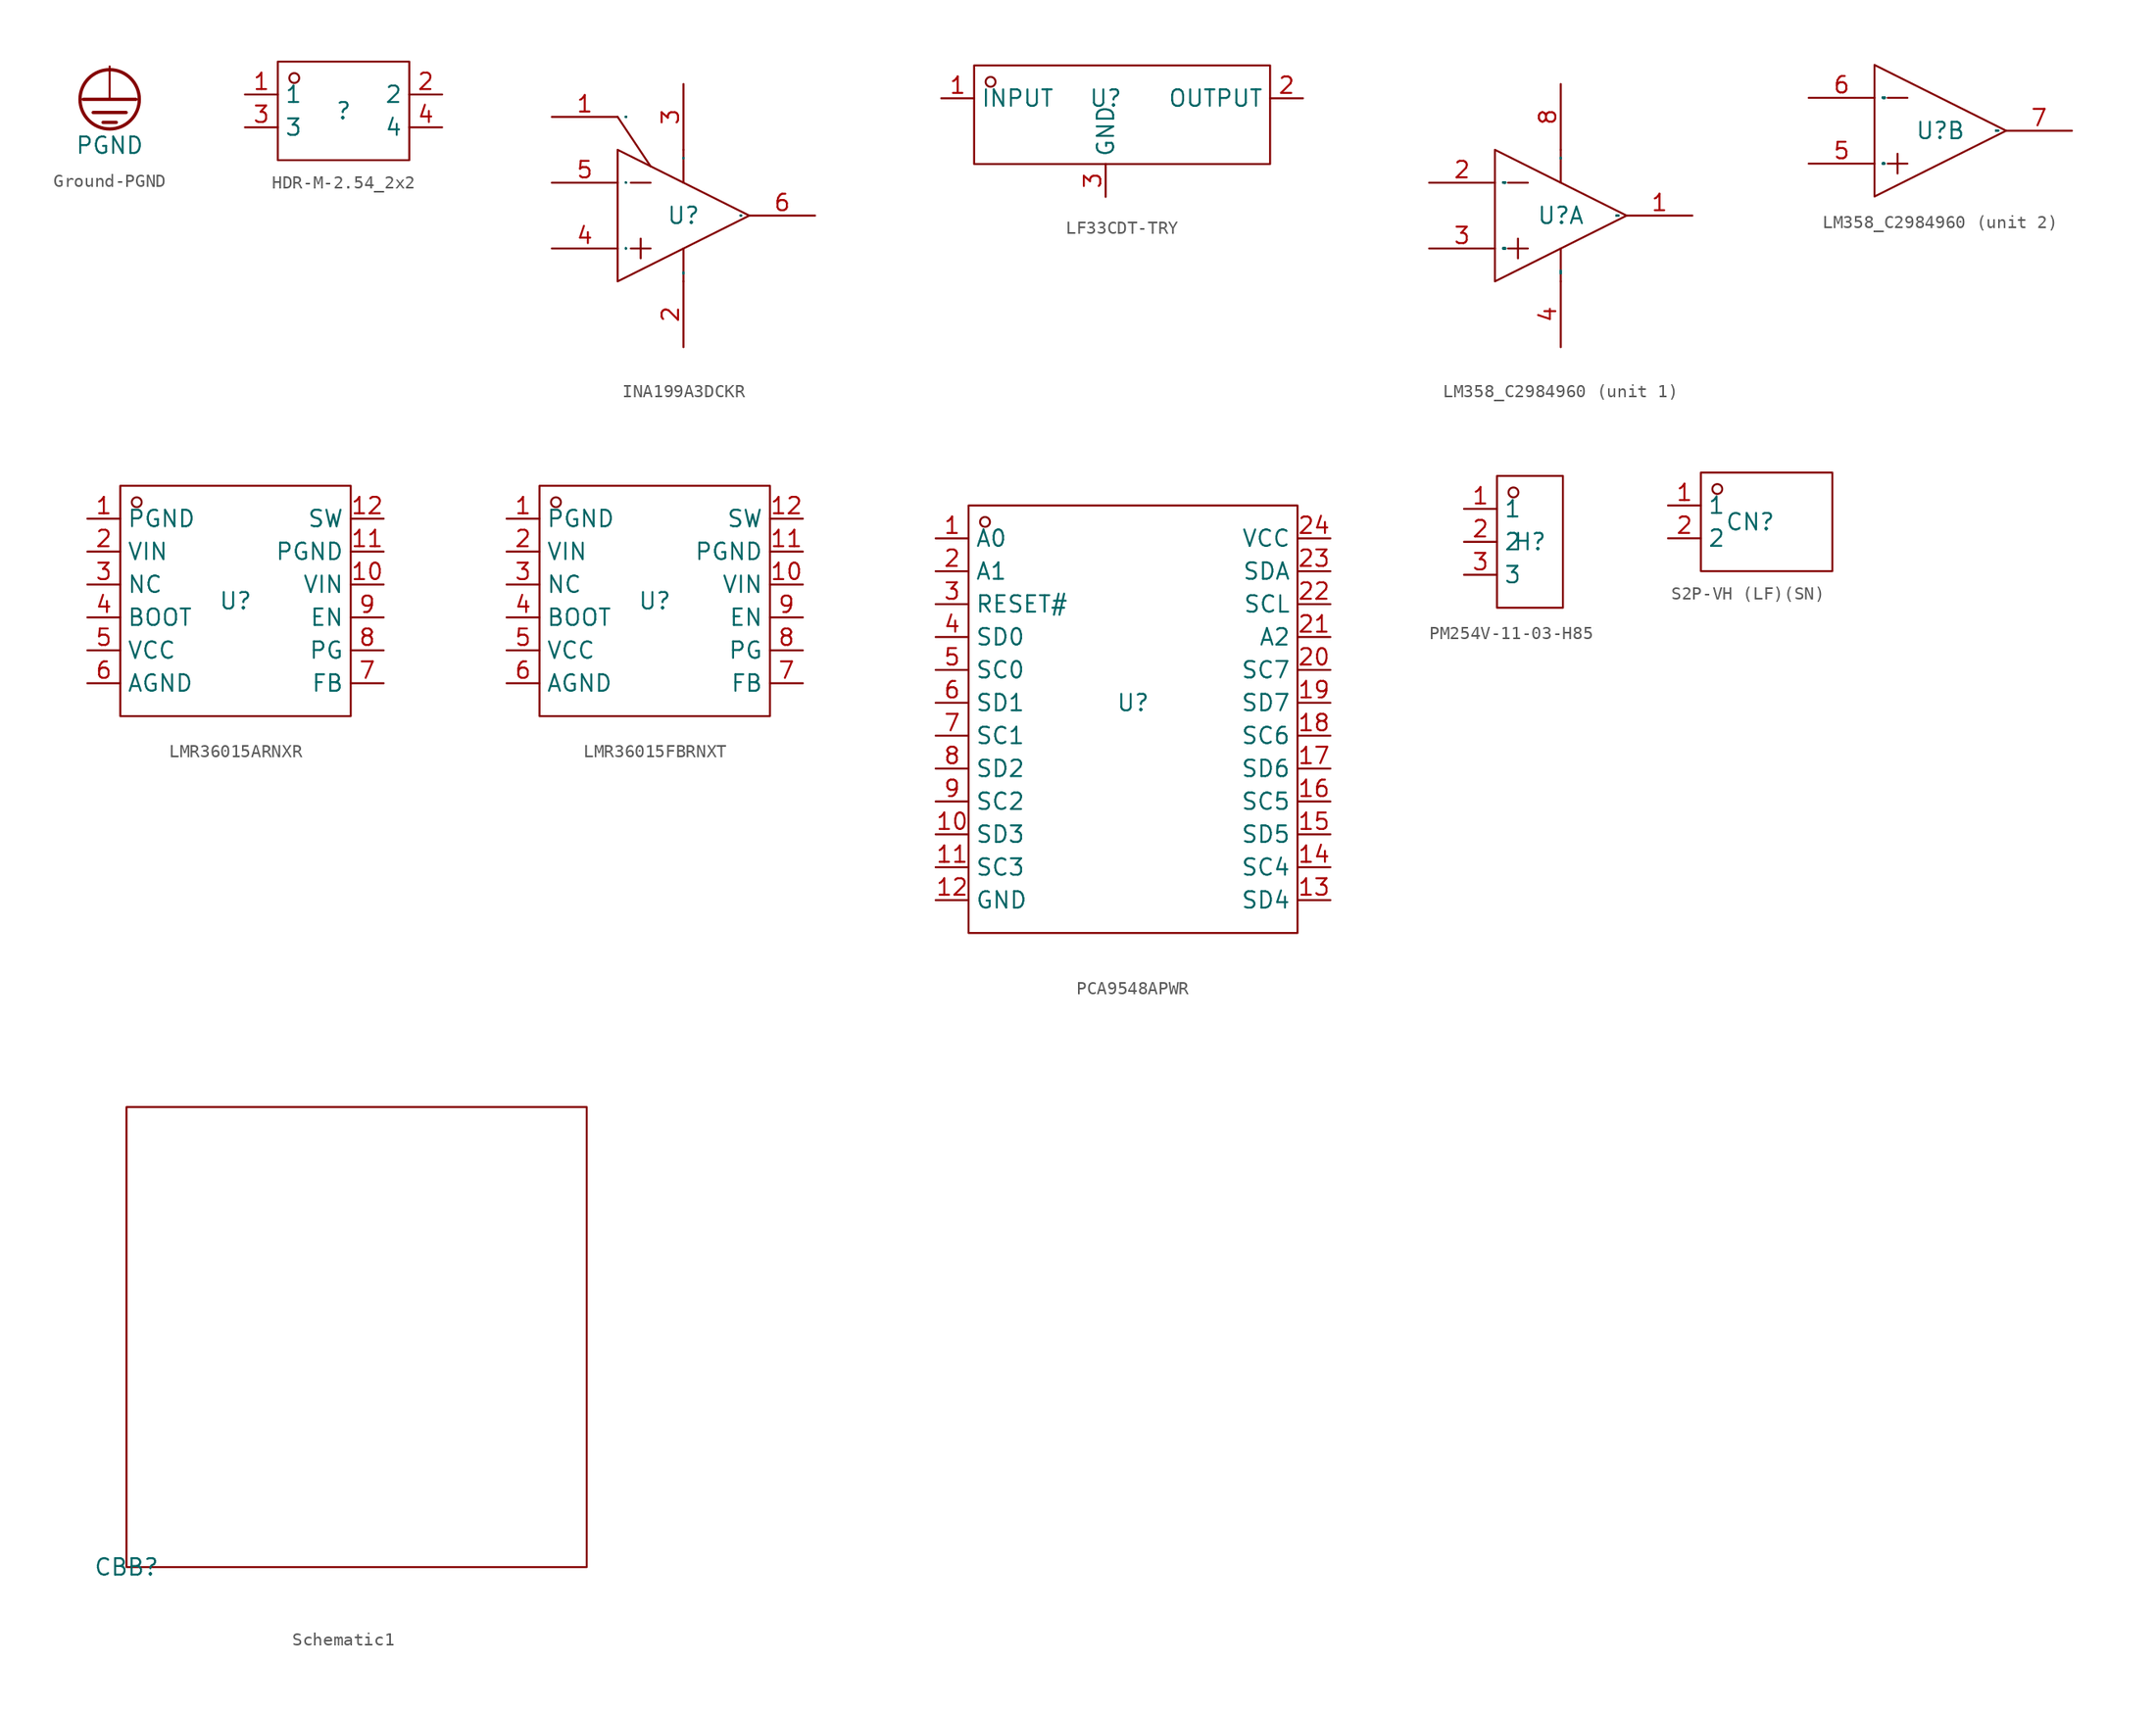
<source format=kicad_sym>
(kicad_symbol_lib
  (version 20231120)
  (generator "kicad_symbol_editor")
  (generator_version "8.0")
  (symbol "Ground-PGND"
    (power)
    (pin_numbers hide)
    (pin_names hide)
    (property "Reference" "#PWR"
      (at 0 0 0)
      (effects (font (size 1.27 1.27)) (hide yes)))
    (property "Value" "PGND"
      (at 0 -6.096 0)
      (effects (font (size 1.27 1.27))))
    (symbol "Ground-PGND_1_0"
      (circle (center 0 -2.54) (radius 2.286) (stroke (width 0.254) (type solid)) (fill (type none)))
      (polyline (pts (xy -2.032 -2.54) (xy 2.032 -2.54)) (stroke (width 0.254) (type default)) (fill (type none)))
      (polyline (pts (xy -1.27 -3.556) (xy 1.27 -3.556)) (stroke (width 0.254) (type default)) (fill (type none)))
      (polyline (pts (xy -0.508 -4.318) (xy 0.508 -4.318)) (stroke (width 0.254) (type default)) (fill (type none)))
      (pin power_in line (at 0 0 270) (length 2.54) (name "" (effects (font (size 1.27 1.27)))) (number "1" (effects (font (size 0.025 0.025)))))))
  (symbol "HDR-M-2.54_2x2"
    (property "Reference" ""
      (at 0 0 0)
      (effects (font (size 1.27 1.27))))
    (property "Value" ""
      (at 0 0 0)
      (effects (font (size 1.27 1.27))))
    (symbol "HDR-M-2.54_2x2_1_0"
      (rectangle (start -5.08 3.81) (end 5.08 -3.81) (stroke (width 0) (type default)) (fill (type none)))
      (circle (center -3.81 2.54) (radius 0.381) (stroke (width 0) (type default)) (fill (type none)))
      (pin input line (at -7.62 1.27 0) (length 2.54) (name "1" (effects (font (size 1.27 1.27)))) (number "1" (effects (font (size 1.27 1.27)))))
      (pin input line (at 7.62 1.27 180) (length 2.54) (name "2" (effects (font (size 1.27 1.27)))) (number "2" (effects (font (size 1.27 1.27)))))
      (pin input line (at -7.62 -1.27 0) (length 2.54) (name "3" (effects (font (size 1.27 1.27)))) (number "3" (effects (font (size 1.27 1.27)))))
      (pin input line (at 7.62 -1.27 180) (length 2.54) (name "4" (effects (font (size 1.27 1.27)))) (number "4" (effects (font (size 1.27 1.27)))))))
  (symbol "INA199A3DCKR"
    (property "Reference" "U"
      (at 0 0 0)
      (effects (font (size 1.27 1.27))))
    (property "Value" ""
      (at 0 0 0)
      (effects (font (size 1.27 1.27))))
    (symbol "INA199A3DCKR_1_0"
      (polyline (pts (xy -5.08 7.62) (xy -2.54 3.81)) (stroke (width 0) (type default)) (fill (type none)))
      (polyline (pts (xy -4.064 -2.54) (xy -2.54 -2.54)) (stroke (width 0) (type default)) (fill (type none)))
      (polyline (pts (xy -4.064 2.54) (xy -2.54 2.54)) (stroke (width 0) (type default)) (fill (type none)))
      (polyline (pts (xy -3.302 -1.778) (xy -3.302 -3.302)) (stroke (width 0) (type default)) (fill (type none)))
      (polyline (pts (xy 0 -2.54) (xy 0 -5.08)) (stroke (width 0) (type default)) (fill (type none)))
      (polyline (pts (xy 0 5.08) (xy 0 2.54)) (stroke (width 0) (type default)) (fill (type none)))
      (polyline (pts (xy -5.08 -5.08) (xy 5.08 0) (xy 5.08 0) (xy -5.08 5.08) (xy -5.08 5.08) (xy -5.08 -5.08)) (stroke (width 0) (type default)) (fill (type none)))
      (pin unspecified line (at -10.16 7.62 0) (length 5.08) (name "REF" (effects (font (size 0.025 0.025)))) (number "1" (effects (font (size 1.27 1.27)))))
      (pin unspecified line (at 0 -10.16 90) (length 5.08) (name "GND" (effects (font (size 0.025 0.025)))) (number "2" (effects (font (size 1.27 1.27)))))
      (pin unspecified line (at 0 10.16 270) (length 5.08) (name "V+" (effects (font (size 0.025 0.025)))) (number "3" (effects (font (size 1.27 1.27)))))
      (pin unspecified line (at -10.16 -2.54 0) (length 5.08) (name "IN+" (effects (font (size 0.025 0.025)))) (number "4" (effects (font (size 1.27 1.27)))))
      (pin unspecified line (at -10.16 2.54 0) (length 5.08) (name "IN-" (effects (font (size 0.025 0.025)))) (number "5" (effects (font (size 1.27 1.27)))))
      (pin output line (at 10.16 0 180) (length 5.08) (name "OUT" (effects (font (size 0.025 0.025)))) (number "6" (effects (font (size 1.27 1.27)))))))
  (symbol "LF33CDT-TRY"
    (property "Reference" "U"
      (at 0 0 0)
      (effects (font (size 1.27 1.27))))
    (property "Value" ""
      (at 0 0 0)
      (effects (font (size 1.27 1.27))))
    (symbol "LF33CDT-TRY_1_0"
      (rectangle (start -10.16 -5.08) (end 12.7 2.54) (stroke (width 0) (type default)) (fill (type none)))
      (circle (center -8.89 1.27) (radius 0.381) (stroke (width 0) (type default)) (fill (type none)))
      (pin input line (at -12.7 0 0) (length 2.54) (name "INPUT" (effects (font (size 1.27 1.27)))) (number "1" (effects (font (size 1.27 1.27)))))
      (pin input line (at 15.24 0 180) (length 2.54) (name "OUTPUT" (effects (font (size 1.27 1.27)))) (number "2" (effects (font (size 1.27 1.27)))))
      (pin input line (at 0 -7.62 90) (length 2.54) (name "GND" (effects (font (size 1.27 1.27)))) (number "3" (effects (font (size 1.27 1.27)))))))
  (symbol "LM358_C2984960"
    (property "Reference" "U"
      (at 0 0 0)
      (effects (font (size 1.27 1.27))))
    (property "Value" ""
      (at 0 0 0)
      (effects (font (size 1.27 1.27))))
    (symbol "LM358_C2984960_1_0"
      (polyline (pts (xy -4.064 -2.54) (xy -2.54 -2.54)) (stroke (width 0) (type default)) (fill (type none)))
      (polyline (pts (xy -4.064 2.54) (xy -2.54 2.54)) (stroke (width 0) (type default)) (fill (type none)))
      (polyline (pts (xy -3.302 -1.778) (xy -3.302 -3.302)) (stroke (width 0) (type default)) (fill (type none)))
      (polyline (pts (xy 0 -2.54) (xy 0 -5.08)) (stroke (width 0) (type default)) (fill (type none)))
      (polyline (pts (xy 0 5.08) (xy 0 2.54)) (stroke (width 0) (type default)) (fill (type none)))
      (polyline (pts (xy -5.08 -5.08) (xy 5.08 0) (xy 5.08 0) (xy -5.08 5.08) (xy -5.08 5.08) (xy -5.08 -5.08)) (stroke (width 0) (type default)) (fill (type none)))
      (pin output line (at 10.16 0 180) (length 5.08) (name "OUTPUT_1" (effects (font (size 0.025 0.025)))) (number "1" (effects (font (size 1.27 1.27)))))
      (pin unspecified line (at -10.16 2.54 0) (length 5.08) (name "INPUT1(-)" (effects (font (size 0.025 0.025)))) (number "2" (effects (font (size 1.27 1.27)))))
      (pin unspecified line (at -10.16 -2.54 0) (length 5.08) (name "INPUT1(+)" (effects (font (size 0.025 0.025)))) (number "3" (effects (font (size 1.27 1.27)))))
      (pin unspecified line (at 0 -10.16 90) (length 5.08) (name "VEE_/_GND" (effects (font (size 0.025 0.025)))) (number "4" (effects (font (size 1.27 1.27)))))
      (pin unspecified line (at 0 10.16 270) (length 5.08) (name "Vcc" (effects (font (size 0.025 0.025)))) (number "8" (effects (font (size 1.27 1.27))))))
    (symbol "LM358_C2984960_2_0"
      (polyline (pts (xy -4.064 -2.54) (xy -2.54 -2.54)) (stroke (width 0) (type default)) (fill (type none)))
      (polyline (pts (xy -4.064 2.54) (xy -2.54 2.54)) (stroke (width 0) (type default)) (fill (type none)))
      (polyline (pts (xy -3.302 -1.778) (xy -3.302 -3.302)) (stroke (width 0) (type default)) (fill (type none)))
      (polyline (pts (xy -5.08 -5.08) (xy 5.08 0) (xy 5.08 0) (xy -5.08 5.08) (xy -5.08 5.08) (xy -5.08 -5.08)) (stroke (width 0) (type default)) (fill (type none)))
      (pin unspecified line (at -10.16 -2.54 0) (length 5.08) (name "INPUT2(+" (effects (font (size 0.025 0.025)))) (number "5" (effects (font (size 1.27 1.27)))))
      (pin unspecified line (at -10.16 2.54 0) (length 5.08) (name "INPUT2(-)" (effects (font (size 0.025 0.025)))) (number "6" (effects (font (size 1.27 1.27)))))
      (pin output line (at 10.16 0 180) (length 5.08) (name "OUTPUT2" (effects (font (size 0.025 0.025)))) (number "7" (effects (font (size 1.27 1.27)))))))
  (symbol "LMR36015ARNXR"
    (property "Reference" "U"
      (at 0 0 0)
      (effects (font (size 1.27 1.27))))
    (property "Value" ""
      (at 0 0 0)
      (effects (font (size 1.27 1.27))))
    (symbol "LMR36015ARNXR_1_0"
      (rectangle (start -8.89 -8.89) (end 8.89 8.89) (stroke (width 0) (type default)) (fill (type none)))
      (circle (center -7.62 7.62) (radius 0.381) (stroke (width 0) (type default)) (fill (type none)))
      (pin unspecified line (at -11.43 6.35 0) (length 2.54) (name "PGND" (effects (font (size 1.27 1.27)))) (number "1" (effects (font (size 1.27 1.27)))))
      (pin unspecified line (at 11.43 1.27 180) (length 2.54) (name "VIN" (effects (font (size 1.27 1.27)))) (number "10" (effects (font (size 1.27 1.27)))))
      (pin unspecified line (at 11.43 3.81 180) (length 2.54) (name "PGND" (effects (font (size 1.27 1.27)))) (number "11" (effects (font (size 1.27 1.27)))))
      (pin unspecified line (at 11.43 6.35 180) (length 2.54) (name "SW" (effects (font (size 1.27 1.27)))) (number "12" (effects (font (size 1.27 1.27)))))
      (pin unspecified line (at -11.43 3.81 0) (length 2.54) (name "VIN" (effects (font (size 1.27 1.27)))) (number "2" (effects (font (size 1.27 1.27)))))
      (pin unspecified line (at -11.43 1.27 0) (length 2.54) (name "NC" (effects (font (size 1.27 1.27)))) (number "3" (effects (font (size 1.27 1.27)))))
      (pin unspecified line (at -11.43 -1.27 0) (length 2.54) (name "BOOT" (effects (font (size 1.27 1.27)))) (number "4" (effects (font (size 1.27 1.27)))))
      (pin unspecified line (at -11.43 -3.81 0) (length 2.54) (name "VCC" (effects (font (size 1.27 1.27)))) (number "5" (effects (font (size 1.27 1.27)))))
      (pin unspecified line (at -11.43 -6.35 0) (length 2.54) (name "AGND" (effects (font (size 1.27 1.27)))) (number "6" (effects (font (size 1.27 1.27)))))
      (pin unspecified line (at 11.43 -6.35 180) (length 2.54) (name "FB" (effects (font (size 1.27 1.27)))) (number "7" (effects (font (size 1.27 1.27)))))
      (pin unspecified line (at 11.43 -3.81 180) (length 2.54) (name "PG" (effects (font (size 1.27 1.27)))) (number "8" (effects (font (size 1.27 1.27)))))
      (pin unspecified line (at 11.43 -1.27 180) (length 2.54) (name "EN" (effects (font (size 1.27 1.27)))) (number "9" (effects (font (size 1.27 1.27)))))))
  (symbol "LMR36015FBRNXT"
    (property "Reference" "U"
      (at 0 0 0)
      (effects (font (size 1.27 1.27))))
    (property "Value" ""
      (at 0 0 0)
      (effects (font (size 1.27 1.27))))
    (symbol "LMR36015FBRNXT_1_0"
      (rectangle (start -8.89 -8.89) (end 8.89 8.89) (stroke (width 0) (type default)) (fill (type none)))
      (circle (center -7.62 7.62) (radius 0.381) (stroke (width 0) (type default)) (fill (type none)))
      (pin unspecified line (at -11.43 6.35 0) (length 2.54) (name "PGND" (effects (font (size 1.27 1.27)))) (number "1" (effects (font (size 1.27 1.27)))))
      (pin unspecified line (at 11.43 1.27 180) (length 2.54) (name "VIN" (effects (font (size 1.27 1.27)))) (number "10" (effects (font (size 1.27 1.27)))))
      (pin unspecified line (at 11.43 3.81 180) (length 2.54) (name "PGND" (effects (font (size 1.27 1.27)))) (number "11" (effects (font (size 1.27 1.27)))))
      (pin unspecified line (at 11.43 6.35 180) (length 2.54) (name "SW" (effects (font (size 1.27 1.27)))) (number "12" (effects (font (size 1.27 1.27)))))
      (pin unspecified line (at -11.43 3.81 0) (length 2.54) (name "VIN" (effects (font (size 1.27 1.27)))) (number "2" (effects (font (size 1.27 1.27)))))
      (pin unspecified line (at -11.43 1.27 0) (length 2.54) (name "NC" (effects (font (size 1.27 1.27)))) (number "3" (effects (font (size 1.27 1.27)))))
      (pin unspecified line (at -11.43 -1.27 0) (length 2.54) (name "BOOT" (effects (font (size 1.27 1.27)))) (number "4" (effects (font (size 1.27 1.27)))))
      (pin unspecified line (at -11.43 -3.81 0) (length 2.54) (name "VCC" (effects (font (size 1.27 1.27)))) (number "5" (effects (font (size 1.27 1.27)))))
      (pin unspecified line (at -11.43 -6.35 0) (length 2.54) (name "AGND" (effects (font (size 1.27 1.27)))) (number "6" (effects (font (size 1.27 1.27)))))
      (pin unspecified line (at 11.43 -6.35 180) (length 2.54) (name "FB" (effects (font (size 1.27 1.27)))) (number "7" (effects (font (size 1.27 1.27)))))
      (pin unspecified line (at 11.43 -3.81 180) (length 2.54) (name "PG" (effects (font (size 1.27 1.27)))) (number "8" (effects (font (size 1.27 1.27)))))
      (pin unspecified line (at 11.43 -1.27 180) (length 2.54) (name "EN" (effects (font (size 1.27 1.27)))) (number "9" (effects (font (size 1.27 1.27)))))))
  (symbol "PCA9548APWR"
    (property "Reference" "U"
      (at 0 0 0)
      (effects (font (size 1.27 1.27))))
    (property "Value" ""
      (at 0 0 0)
      (effects (font (size 1.27 1.27))))
    (symbol "PCA9548APWR_1_0"
      (rectangle (start -12.7 -17.78) (end 12.7 15.24) (stroke (width 0) (type default)) (fill (type none)))
      (circle (center -11.43 13.97) (radius 0.381) (stroke (width 0) (type default)) (fill (type none)))
      (pin unspecified line (at -15.24 12.7 0) (length 2.54) (name "A0" (effects (font (size 1.27 1.27)))) (number "1" (effects (font (size 1.27 1.27)))))
      (pin unspecified line (at -15.24 -10.16 0) (length 2.54) (name "SD3" (effects (font (size 1.27 1.27)))) (number "10" (effects (font (size 1.27 1.27)))))
      (pin unspecified line (at -15.24 -12.7 0) (length 2.54) (name "SC3" (effects (font (size 1.27 1.27)))) (number "11" (effects (font (size 1.27 1.27)))))
      (pin unspecified line (at -15.24 -15.24 0) (length 2.54) (name "GND" (effects (font (size 1.27 1.27)))) (number "12" (effects (font (size 1.27 1.27)))))
      (pin unspecified line (at 15.24 -15.24 180) (length 2.54) (name "SD4" (effects (font (size 1.27 1.27)))) (number "13" (effects (font (size 1.27 1.27)))))
      (pin unspecified line (at 15.24 -12.7 180) (length 2.54) (name "SC4" (effects (font (size 1.27 1.27)))) (number "14" (effects (font (size 1.27 1.27)))))
      (pin unspecified line (at 15.24 -10.16 180) (length 2.54) (name "SD5" (effects (font (size 1.27 1.27)))) (number "15" (effects (font (size 1.27 1.27)))))
      (pin unspecified line (at 15.24 -7.62 180) (length 2.54) (name "SC5" (effects (font (size 1.27 1.27)))) (number "16" (effects (font (size 1.27 1.27)))))
      (pin unspecified line (at 15.24 -5.08 180) (length 2.54) (name "SD6" (effects (font (size 1.27 1.27)))) (number "17" (effects (font (size 1.27 1.27)))))
      (pin unspecified line (at 15.24 -2.54 180) (length 2.54) (name "SC6" (effects (font (size 1.27 1.27)))) (number "18" (effects (font (size 1.27 1.27)))))
      (pin unspecified line (at 15.24 0 180) (length 2.54) (name "SD7" (effects (font (size 1.27 1.27)))) (number "19" (effects (font (size 1.27 1.27)))))
      (pin unspecified line (at -15.24 10.16 0) (length 2.54) (name "A1" (effects (font (size 1.27 1.27)))) (number "2" (effects (font (size 1.27 1.27)))))
      (pin unspecified line (at 15.24 2.54 180) (length 2.54) (name "SC7" (effects (font (size 1.27 1.27)))) (number "20" (effects (font (size 1.27 1.27)))))
      (pin unspecified line (at 15.24 5.08 180) (length 2.54) (name "A2" (effects (font (size 1.27 1.27)))) (number "21" (effects (font (size 1.27 1.27)))))
      (pin unspecified line (at 15.24 7.62 180) (length 2.54) (name "SCL" (effects (font (size 1.27 1.27)))) (number "22" (effects (font (size 1.27 1.27)))))
      (pin unspecified line (at 15.24 10.16 180) (length 2.54) (name "SDA" (effects (font (size 1.27 1.27)))) (number "23" (effects (font (size 1.27 1.27)))))
      (pin unspecified line (at 15.24 12.7 180) (length 2.54) (name "VCC" (effects (font (size 1.27 1.27)))) (number "24" (effects (font (size 1.27 1.27)))))
      (pin unspecified line (at -15.24 7.62 0) (length 2.54) (name "RESET#" (effects (font (size 1.27 1.27)))) (number "3" (effects (font (size 1.27 1.27)))))
      (pin unspecified line (at -15.24 5.08 0) (length 2.54) (name "SD0" (effects (font (size 1.27 1.27)))) (number "4" (effects (font (size 1.27 1.27)))))
      (pin unspecified line (at -15.24 2.54 0) (length 2.54) (name "SC0" (effects (font (size 1.27 1.27)))) (number "5" (effects (font (size 1.27 1.27)))))
      (pin unspecified line (at -15.24 0 0) (length 2.54) (name "SD1" (effects (font (size 1.27 1.27)))) (number "6" (effects (font (size 1.27 1.27)))))
      (pin unspecified line (at -15.24 -2.54 0) (length 2.54) (name "SC1" (effects (font (size 1.27 1.27)))) (number "7" (effects (font (size 1.27 1.27)))))
      (pin unspecified line (at -15.24 -5.08 0) (length 2.54) (name "SD2" (effects (font (size 1.27 1.27)))) (number "8" (effects (font (size 1.27 1.27)))))
      (pin unspecified line (at -15.24 -7.62 0) (length 2.54) (name "SC2" (effects (font (size 1.27 1.27)))) (number "9" (effects (font (size 1.27 1.27)))))))
  (symbol "PM254V-11-03-H85"
    (property "Reference" "H"
      (at 0 0 0)
      (effects (font (size 1.27 1.27))))
    (property "Value" ""
      (at 0 0 0)
      (effects (font (size 1.27 1.27))))
    (symbol "PM254V-11-03-H85_1_0"
      (rectangle (start -2.54 -5.08) (end 2.54 5.08) (stroke (width 0) (type default)) (fill (type none)))
      (circle (center -1.27 3.81) (radius 0.381) (stroke (width 0) (type default)) (fill (type none)))
      (pin unspecified line (at -5.08 2.54 0) (length 2.54) (name "1" (effects (font (size 1.27 1.27)))) (number "1" (effects (font (size 1.27 1.27)))))
      (pin unspecified line (at -5.08 0 0) (length 2.54) (name "2" (effects (font (size 1.27 1.27)))) (number "2" (effects (font (size 1.27 1.27)))))
      (pin unspecified line (at -5.08 -2.54 0) (length 2.54) (name "3" (effects (font (size 1.27 1.27)))) (number "3" (effects (font (size 1.27 1.27)))))))
  (symbol "S2P-VH (LF)(SN)"
    (property "Reference" "CN"
      (at 0 0 0)
      (effects (font (size 1.27 1.27))))
    (property "Value" ""
      (at 0 0 0)
      (effects (font (size 1.27 1.27))))
    (symbol "S2P-VH (LF)(SN)_1_0"
      (rectangle (start -3.81 -3.81) (end 6.35 3.81) (stroke (width 0) (type default)) (fill (type none)))
      (circle (center -2.54 2.54) (radius 0.381) (stroke (width 0) (type default)) (fill (type none)))
      (pin unspecified line (at -6.35 1.27 0) (length 2.54) (name "1" (effects (font (size 1.27 1.27)))) (number "1" (effects (font (size 1.27 1.27)))))
      (pin unspecified line (at -6.35 -1.27 0) (length 2.54) (name "2" (effects (font (size 1.27 1.27)))) (number "2" (effects (font (size 1.27 1.27)))))))
  (symbol "Schematic1"
    (property "Reference" "CBB"
      (at 0 0 0)
      (effects (font (size 1.27 1.27))))
    (property "Value" ""
      (at 0 0 0)
      (effects (font (size 1.27 1.27))))
    (symbol "Schematic1_1_0"
      (rectangle (start 0 0) (end 35.56 35.56) (stroke (width 0) (type default)) (fill (type none))))))
</source>
